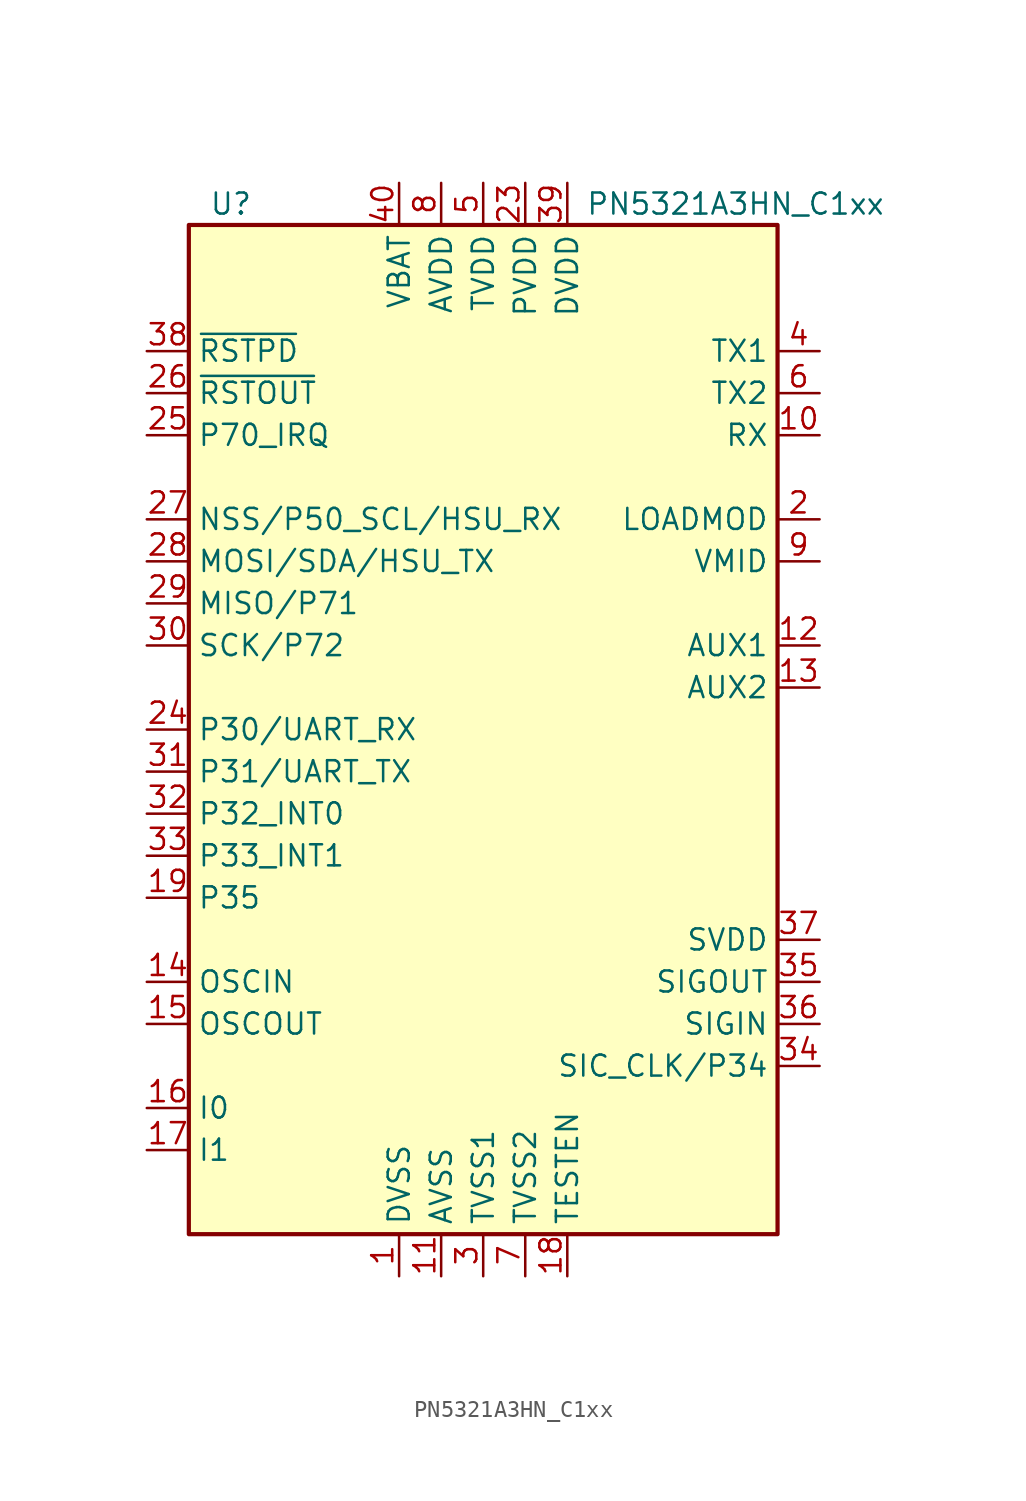
<source format=kicad_sym>
(kicad_symbol_lib
  (version 20201005)
  (generator kicad_symbol_editor)
  (symbol "PN5321A3HN_C1xx"
    (property "Reference" "U"
      (at -15.24 31.75 0)
      (effects (font (size 1.27 1.27))))
    (property "Value" "PN5321A3HN_C1xx"
      (at 15.24 31.75 0)
      (effects (font (size 1.27 1.27))))
    (symbol "PN5321A3HN_C1xx_0_1"
      (rectangle (start -17.78 30.48) (end 17.78 -30.48) (stroke (width 0.254)) (fill (type background))))
    (symbol "PN5321A3HN_C1xx_1_1"
      (pin power_in line (at -5.08 -33.02 90) (length 2.54) (name "DVSS" (effects (font (size 1.27 1.27)))) (number "1" (effects (font (size 1.27 1.27)))))
      (pin input line (at 20.32 17.78 180) (length 2.54) (name "RX" (effects (font (size 1.27 1.27)))) (number "10" (effects (font (size 1.27 1.27)))))
      (pin power_in line (at -2.54 -33.02 90) (length 2.54) (name "AVSS" (effects (font (size 1.27 1.27)))) (number "11" (effects (font (size 1.27 1.27)))))
      (pin output line (at 20.32 5.08 180) (length 2.54) (name "AUX1" (effects (font (size 1.27 1.27)))) (number "12" (effects (font (size 1.27 1.27)))))
      (pin output line (at 20.32 2.54 180) (length 2.54) (name "AUX2" (effects (font (size 1.27 1.27)))) (number "13" (effects (font (size 1.27 1.27)))))
      (pin input line (at -20.32 -15.24 0) (length 2.54) (name "OSCIN" (effects (font (size 1.27 1.27)))) (number "14" (effects (font (size 1.27 1.27)))))
      (pin output line (at -20.32 -17.78 0) (length 2.54) (name "OSCOUT" (effects (font (size 1.27 1.27)))) (number "15" (effects (font (size 1.27 1.27)))))
      (pin passive line (at -20.32 -22.86 0) (length 2.54) (name "I0" (effects (font (size 1.27 1.27)))) (number "16" (effects (font (size 1.27 1.27)))))
      (pin passive line (at -20.32 -25.4 0) (length 2.54) (name "I1" (effects (font (size 1.27 1.27)))) (number "17" (effects (font (size 1.27 1.27)))))
      (pin passive line (at 5.08 -33.02 90) (length 2.54) (name "TESTEN" (effects (font (size 1.27 1.27)))) (number "18" (effects (font (size 1.27 1.27)))))
      (pin bidirectional line (at -20.32 -10.16 0) (length 2.54) (name "P35" (effects (font (size 1.27 1.27)))) (number "19" (effects (font (size 1.27 1.27)))))
      (pin output line (at 20.32 12.7 180) (length 2.54) (name "LOADMOD" (effects (font (size 1.27 1.27)))) (number "2" (effects (font (size 1.27 1.27)))))
      (pin no_connect line (at 17.78 -2.54 180) (length 2.54) hide (name "N.C." (effects (font (size 1.27 1.27)))) (number "20" (effects (font (size 1.27 1.27)))))
      (pin no_connect line (at 17.78 -5.08 180) (length 2.54) hide (name "N.C." (effects (font (size 1.27 1.27)))) (number "21" (effects (font (size 1.27 1.27)))))
      (pin no_connect line (at 17.78 -7.62 180) (length 2.54) hide (name "N.C." (effects (font (size 1.27 1.27)))) (number "22" (effects (font (size 1.27 1.27)))))
      (pin power_in line (at 2.54 33.02 270) (length 2.54) (name "PVDD" (effects (font (size 1.27 1.27)))) (number "23" (effects (font (size 1.27 1.27)))))
      (pin bidirectional line (at -20.32 0 0) (length 2.54) (name "P30/UART_RX" (effects (font (size 1.27 1.27)))) (number "24" (effects (font (size 1.27 1.27)))))
      (pin bidirectional line (at -20.32 17.78 0) (length 2.54) (name "P70_IRQ" (effects (font (size 1.27 1.27)))) (number "25" (effects (font (size 1.27 1.27)))))
      (pin output line (at -20.32 20.32 0) (length 2.54) (name "~RSTOUT" (effects (font (size 1.27 1.27)))) (number "26" (effects (font (size 1.27 1.27)))))
      (pin bidirectional line (at -20.32 12.7 0) (length 2.54) (name "NSS/P50_SCL/HSU_RX" (effects (font (size 1.27 1.27)))) (number "27" (effects (font (size 1.27 1.27)))))
      (pin bidirectional line (at -20.32 10.16 0) (length 2.54) (name "MOSI/SDA/HSU_TX" (effects (font (size 1.27 1.27)))) (number "28" (effects (font (size 1.27 1.27)))))
      (pin bidirectional line (at -20.32 7.62 0) (length 2.54) (name "MISO/P71" (effects (font (size 1.27 1.27)))) (number "29" (effects (font (size 1.27 1.27)))))
      (pin power_in line (at 0 -33.02 90) (length 2.54) (name "TVSS1" (effects (font (size 1.27 1.27)))) (number "3" (effects (font (size 1.27 1.27)))))
      (pin bidirectional line (at -20.32 5.08 0) (length 2.54) (name "SCK/P72" (effects (font (size 1.27 1.27)))) (number "30" (effects (font (size 1.27 1.27)))))
      (pin bidirectional line (at -20.32 -2.54 0) (length 2.54) (name "P31/UART_TX" (effects (font (size 1.27 1.27)))) (number "31" (effects (font (size 1.27 1.27)))))
      (pin bidirectional line (at -20.32 -5.08 0) (length 2.54) (name "P32_INT0" (effects (font (size 1.27 1.27)))) (number "32" (effects (font (size 1.27 1.27)))))
      (pin bidirectional line (at -20.32 -7.62 0) (length 2.54) (name "P33_INT1" (effects (font (size 1.27 1.27)))) (number "33" (effects (font (size 1.27 1.27)))))
      (pin bidirectional line (at 20.32 -20.32 180) (length 2.54) (name "SIC_CLK/P34" (effects (font (size 1.27 1.27)))) (number "34" (effects (font (size 1.27 1.27)))))
      (pin output line (at 20.32 -15.24 180) (length 2.54) (name "SIGOUT" (effects (font (size 1.27 1.27)))) (number "35" (effects (font (size 1.27 1.27)))))
      (pin input line (at 20.32 -17.78 180) (length 2.54) (name "SIGIN" (effects (font (size 1.27 1.27)))) (number "36" (effects (font (size 1.27 1.27)))))
      (pin output line (at 20.32 -12.7 180) (length 2.54) (name "SVDD" (effects (font (size 1.27 1.27)))) (number "37" (effects (font (size 1.27 1.27)))))
      (pin input line (at -20.32 22.86 0) (length 2.54) (name "~RSTPD" (effects (font (size 1.27 1.27)))) (number "38" (effects (font (size 1.27 1.27)))))
      (pin power_out line (at 5.08 33.02 270) (length 2.54) (name "DVDD" (effects (font (size 1.27 1.27)))) (number "39" (effects (font (size 1.27 1.27)))))
      (pin output line (at 20.32 22.86 180) (length 2.54) (name "TX1" (effects (font (size 1.27 1.27)))) (number "4" (effects (font (size 1.27 1.27)))))
      (pin power_in line (at -5.08 33.02 270) (length 2.54) (name "VBAT" (effects (font (size 1.27 1.27)))) (number "40" (effects (font (size 1.27 1.27)))))
      (pin passive line (at -2.54 -33.02 90) (length 2.54) hide (name "AVSS" (effects (font (size 1.27 1.27)))) (number "41" (effects (font (size 1.27 1.27)))))
      (pin power_in line (at 0 33.02 270) (length 2.54) (name "TVDD" (effects (font (size 1.27 1.27)))) (number "5" (effects (font (size 1.27 1.27)))))
      (pin output line (at 20.32 20.32 180) (length 2.54) (name "TX2" (effects (font (size 1.27 1.27)))) (number "6" (effects (font (size 1.27 1.27)))))
      (pin power_in line (at 2.54 -33.02 90) (length 2.54) (name "TVSS2" (effects (font (size 1.27 1.27)))) (number "7" (effects (font (size 1.27 1.27)))))
      (pin power_in line (at -2.54 33.02 270) (length 2.54) (name "AVDD" (effects (font (size 1.27 1.27)))) (number "8" (effects (font (size 1.27 1.27)))))
      (pin output line (at 20.32 10.16 180) (length 2.54) (name "VMID" (effects (font (size 1.27 1.27)))) (number "9" (effects (font (size 1.27 1.27))))))))
</source>
